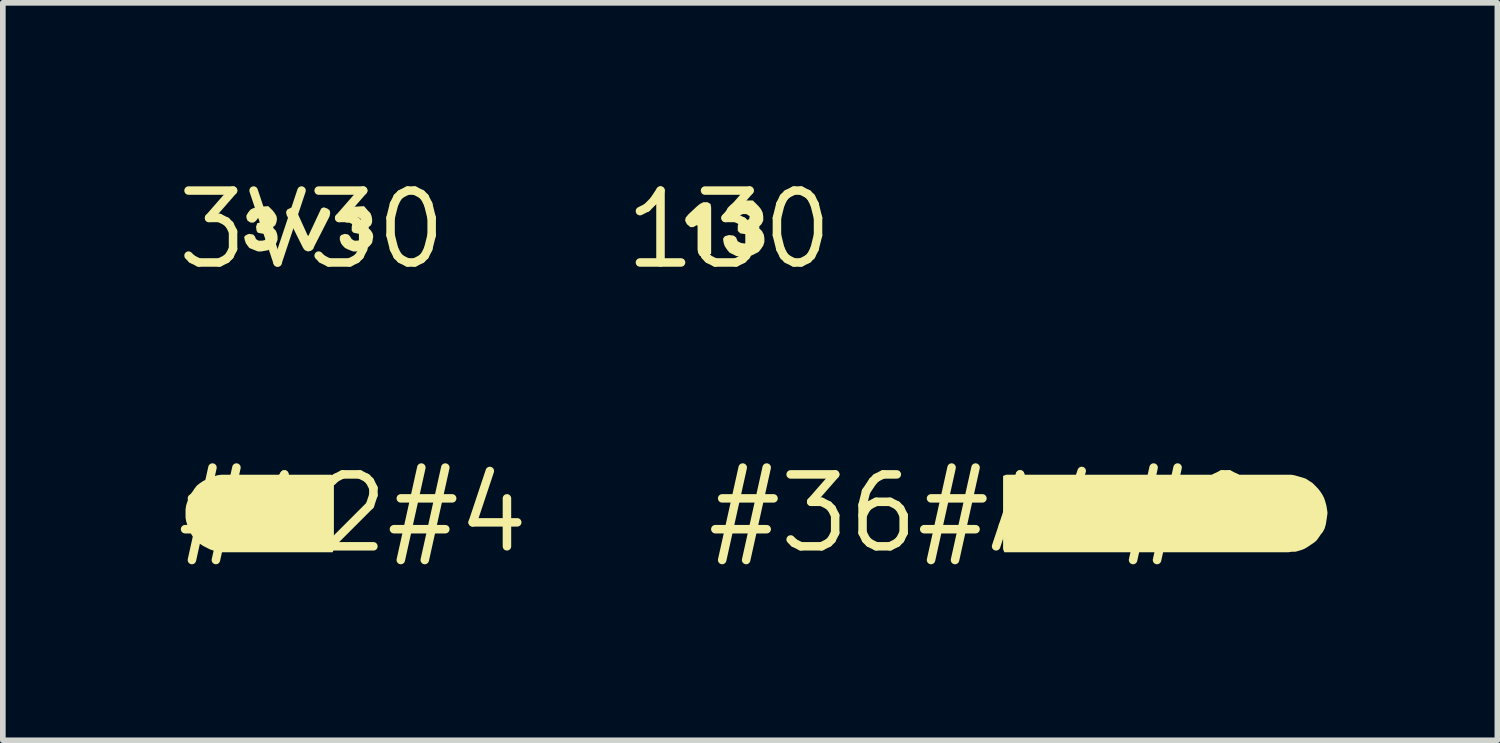
<source format=kicad_pcb>
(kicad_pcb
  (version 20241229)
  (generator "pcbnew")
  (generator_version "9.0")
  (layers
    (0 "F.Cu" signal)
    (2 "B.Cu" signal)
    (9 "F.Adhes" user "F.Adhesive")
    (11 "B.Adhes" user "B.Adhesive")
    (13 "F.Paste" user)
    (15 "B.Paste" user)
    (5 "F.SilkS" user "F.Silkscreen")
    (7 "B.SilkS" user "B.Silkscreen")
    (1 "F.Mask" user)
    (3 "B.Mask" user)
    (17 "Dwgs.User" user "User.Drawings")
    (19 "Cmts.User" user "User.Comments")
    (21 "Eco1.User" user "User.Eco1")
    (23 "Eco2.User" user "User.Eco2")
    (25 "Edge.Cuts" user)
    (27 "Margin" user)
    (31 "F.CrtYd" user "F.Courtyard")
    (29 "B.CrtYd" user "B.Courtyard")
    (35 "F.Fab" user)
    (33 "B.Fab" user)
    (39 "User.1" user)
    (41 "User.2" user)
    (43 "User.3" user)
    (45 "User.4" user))
  (footprint "3V30"
    (layer "F.Cu")
    (at 2.457 1.006)
    (property "Reference" "3V30" (at 0 0 0) (layer "F.SilkS") (effects (font (size 1.27 1.27) (thickness 0.15))))
    (fp_poly (pts (xy -0.286 -0.353) (xy -0.266 -0.322) (xy -0.076 0.097) (xy -0.061 0.111) (xy 0.166 -0.374) (xy 0.21 -0.395) (xy 0.272 -0.374) (xy 0.314 -0.343) (xy 0.325 -0.3) (xy 0.315 -0.238) (xy 0.045 0.292) (xy 0.024 0.343) (xy -0.018 0.375) (xy -0.07 0.385) (xy -0.123 0.364) (xy -0.154 0.323) (xy -0.445 -0.258) (xy -0.455 -0.311) (xy -0.434 -0.354) (xy -0.372 -0.385) (xy -0.318 -0.396)) (stroke (width 0) (type solid)) (fill yes) (layer "F.SilkS"))
    (fp_poly (pts (xy -0.686 -0.333) (xy -0.656 -0.293) (xy -0.625 -0.242) (xy -0.615 -0.19) (xy -0.625 -0.129) (xy -0.646 -0.077) (xy -0.684 -0.048) (xy -0.676 -0.023) (xy -0.636 0.017) (xy -0.615 0.069) (xy -0.605 0.12) (xy -0.605 0.181) (xy -0.625 0.232) (xy -0.646 0.273) (xy -0.687 0.314) (xy -0.738 0.344) (xy -0.778 0.365) (xy -0.839 0.375) (xy -0.89 0.385) (xy -0.951 0.385) (xy -1.002 0.365) (xy -1.052 0.345) (xy -1.103 0.324) (xy -1.134 0.283) (xy -1.164 0.242) (xy -1.185 0.181) (xy -1.195 0.128) (xy -1.163 0.096) (xy -1.111 0.075) (xy -1.038 0.085) (xy -1.006 0.117) (xy -0.986 0.167) (xy -0.939 0.195) (xy -0.88 0.195) (xy -0.832 0.185) (xy -0.795 0.148) (xy -0.805 0.103) (xy -0.842 0.075) (xy -0.901 0.065) (xy -0.953 0.054) (xy -0.975 0.022) (xy -0.985 -0.05) (xy -0.964 -0.114) (xy -0.921 -0.125) (xy -0.861 -0.135) (xy -0.815 -0.153) (xy -0.815 -0.188) (xy -0.852 -0.215) (xy -0.909 -0.225) (xy -0.957 -0.196) (xy -0.986 -0.156) (xy -1.028 -0.125) (xy -1.081 -0.125) (xy -1.134 -0.157) (xy -1.155 -0.209) (xy -1.155 -0.251) (xy -1.124 -0.303) (xy -1.083 -0.354) (xy -1.042 -0.375) (xy -0.981 -0.395) (xy -0.931 -0.405) (xy -0.768 -0.415)) (stroke (width 0) (type solid)) (fill yes) (layer "F.SilkS"))
    (fp_poly (pts (xy 0.994 -0.333) (xy 1.034 -0.293) (xy 1.055 -0.241) (xy 1.065 -0.19) (xy 1.065 -0.129) (xy 1.044 -0.077) (xy 1.005 -0.048) (xy 1.005 -0.022) (xy 1.044 0.017) (xy 1.075 0.068) (xy 1.085 0.12) (xy 1.075 0.181) (xy 1.065 0.232) (xy 1.034 0.273) (xy 0.993 0.314) (xy 0.952 0.344) (xy 0.901 0.365) (xy 0.851 0.375) (xy 0.79 0.385) (xy 0.729 0.385) (xy 0.678 0.365) (xy 0.628 0.345) (xy 0.587 0.324) (xy 0.546 0.283) (xy 0.516 0.242) (xy 0.495 0.181) (xy 0.495 0.128) (xy 0.517 0.096) (xy 0.58 0.075) (xy 0.642 0.085) (xy 0.674 0.117) (xy 0.704 0.166) (xy 0.751 0.195) (xy 0.8 0.195) (xy 0.848 0.185) (xy 0.885 0.148) (xy 0.885 0.103) (xy 0.838 0.075) (xy 0.789 0.065) (xy 0.738 0.055) (xy 0.705 0.022) (xy 0.705 -0.05) (xy 0.716 -0.114) (xy 0.759 -0.125) (xy 0.828 -0.135) (xy 0.865 -0.153) (xy 0.865 -0.188) (xy 0.828 -0.215) (xy 0.771 -0.225) (xy 0.723 -0.196) (xy 0.694 -0.156) (xy 0.652 -0.125) (xy 0.609 -0.125) (xy 0.546 -0.156) (xy 0.525 -0.21) (xy 0.535 -0.252) (xy 0.566 -0.303) (xy 0.607 -0.354) (xy 0.648 -0.375) (xy 0.699 -0.395) (xy 0.749 -0.405) (xy 0.922 -0.415)) (stroke (width 0) (type solid)) (fill yes) (layer "F.SilkS")))
  (footprint "130"
    (layer "F.Cu")
    (at 9.825 1.006)
    (property "Reference" "130" (at 0 0 0) (layer "F.SilkS") (effects (font (size 1.27 1.27) (thickness 0.15))))
    (fp_poly (pts (xy -0.325 -0.453) (xy -0.315 -0.39) (xy -0.315 0.422) (xy -0.358 0.465) (xy -0.44 0.475) (xy -0.513 0.465) (xy -0.545 0.412) (xy -0.555 0.35) (xy -0.555 -0.059) (xy -0.563 -0.083) (xy -0.629 -0.045) (xy -0.682 -0.045) (xy -0.744 -0.097) (xy -0.775 -0.159) (xy -0.765 -0.212) (xy -0.714 -0.273) (xy -0.563 -0.414) (xy -0.513 -0.454) (xy -0.451 -0.485) (xy -0.379 -0.485)) (stroke (width 0) (type solid)) (fill yes) (layer "F.SilkS"))
    (fp_poly (pts (xy 0.524 -0.413) (xy 0.564 -0.363) (xy 0.595 -0.302) (xy 0.605 -0.23) (xy 0.605 -0.159) (xy 0.574 -0.097) (xy 0.535 -0.058) (xy 0.535 -0.022) (xy 0.584 0.027) (xy 0.615 0.088) (xy 0.625 0.15) (xy 0.625 0.221) (xy 0.605 0.282) (xy 0.564 0.343) (xy 0.523 0.394) (xy 0.402 0.455) (xy 0.341 0.475) (xy 0.19 0.475) (xy 0.128 0.465) (xy 0.007 0.404) (xy -0.034 0.353) (xy -0.075 0.292) (xy -0.095 0.231) (xy -0.105 0.159) (xy -0.073 0.116) (xy -0.000392 0.095) (xy 0.082 0.105) (xy 0.124 0.137) (xy 0.154 0.206) (xy 0.212 0.235) (xy 0.28 0.245) (xy 0.338 0.226) (xy 0.385 0.188) (xy 0.375 0.132) (xy 0.328 0.085) (xy 0.259 0.075) (xy 0.198 0.065) (xy 0.155 0.022) (xy 0.155 -0.071) (xy 0.176 -0.134) (xy 0.229 -0.155) (xy 0.309 -0.165) (xy 0.356 -0.184) (xy 0.365 -0.238) (xy 0.308 -0.275) (xy 0.241 -0.275) (xy 0.183 -0.246) (xy 0.144 -0.196) (xy 0.091 -0.155) (xy 0.028 -0.165) (xy -0.034 -0.206) (xy -0.065 -0.259) (xy -0.055 -0.311) (xy -0.024 -0.383) (xy 0.027 -0.434) (xy 0.078 -0.475) (xy 0.149 -0.495) (xy 0.219 -0.515) (xy 0.422 -0.515)) (stroke (width 0) (type solid)) (fill yes) (layer "F.SilkS")))
  (footprint "#36#A4#0"
    (layer "F.Cu")
    (at 14.331 6.019)
    (property "Reference" "#36#A4#0" (at 0 0 0) (layer "F.SilkS") (effects (font (size 1.27 1.27) (thickness 0.15))))
    (fp_poly (pts (xy 5.481 -0.675) (xy 5.551 -0.655) (xy 5.621 -0.635) (xy 5.682 -0.615) (xy 5.743 -0.574) (xy 5.793 -0.544) (xy 5.844 -0.494) (xy 5.894 -0.443) (xy 5.934 -0.393) (xy 5.974 -0.333) (xy 6.005 -0.272) (xy 6.025 -0.211) (xy 6.045 -0.141) (xy 6.055 -0.081) (xy 6.065 -0.01) (xy 6.055 0.061) (xy 6.045 0.131) (xy 6.035 0.191) (xy 6.015 0.262) (xy 5.984 0.323) (xy 5.944 0.373) (xy 5.904 0.433) (xy 5.864 0.484) (xy 5.813 0.524) (xy 5.753 0.564) (xy 5.693 0.604) (xy 5.632 0.635) (xy 5.571 0.655) (xy 5.501 0.675) (xy 5.44 0.675) (xy 5.37 0.685) (xy 0.357 0.685) (xy 0.335 0.631) (xy 0.335 -0.663) (xy 0.389 -0.685) (xy 5.42 -0.685)) (stroke (width 0) (type solid)) (fill yes) (layer "F.SilkS")))
  (footprint "#12#4"
    (layer "F.Cu")
    (at 3.182 6.019)
    (property "Reference" "#12#4" (at 0 0 0) (layer "F.SilkS") (effects (font (size 1.27 1.27) (thickness 0.15))))
    (fp_poly (pts (xy -2.391 0.675) (xy -2.461 0.655) (xy -2.522 0.635) (xy -2.643 0.574) (xy -2.703 0.534) (xy -2.754 0.484) (xy -2.804 0.433) (xy -2.844 0.383) (xy -2.905 0.262) (xy -2.925 0.201) (xy -2.945 0.131) (xy -2.955 0.07) (xy -2.955 -0.07) (xy -2.945 -0.141) (xy -2.925 -0.202) (xy -2.905 -0.262) (xy -2.874 -0.333) (xy -2.834 -0.383) (xy -2.794 -0.443) (xy -2.754 -0.494) (xy -2.703 -0.534) (xy -2.643 -0.574) (xy -2.522 -0.635) (xy -2.461 -0.655) (xy -2.391 -0.675) (xy -2.32 -0.685) (xy -0.378 -0.685) (xy -0.335 -0.652) (xy -0.335 0.631) (xy -0.357 0.685) (xy -2.33 0.685)) (stroke (width 0) (type solid)) (fill yes) (layer "F.SilkS")))
  (gr_rect
    (start -3 -3)
    (end 23.396 10.025)
    (stroke (width 0.1) (type default))
    (fill no)
    (layer "Edge.Cuts")))
</source>
